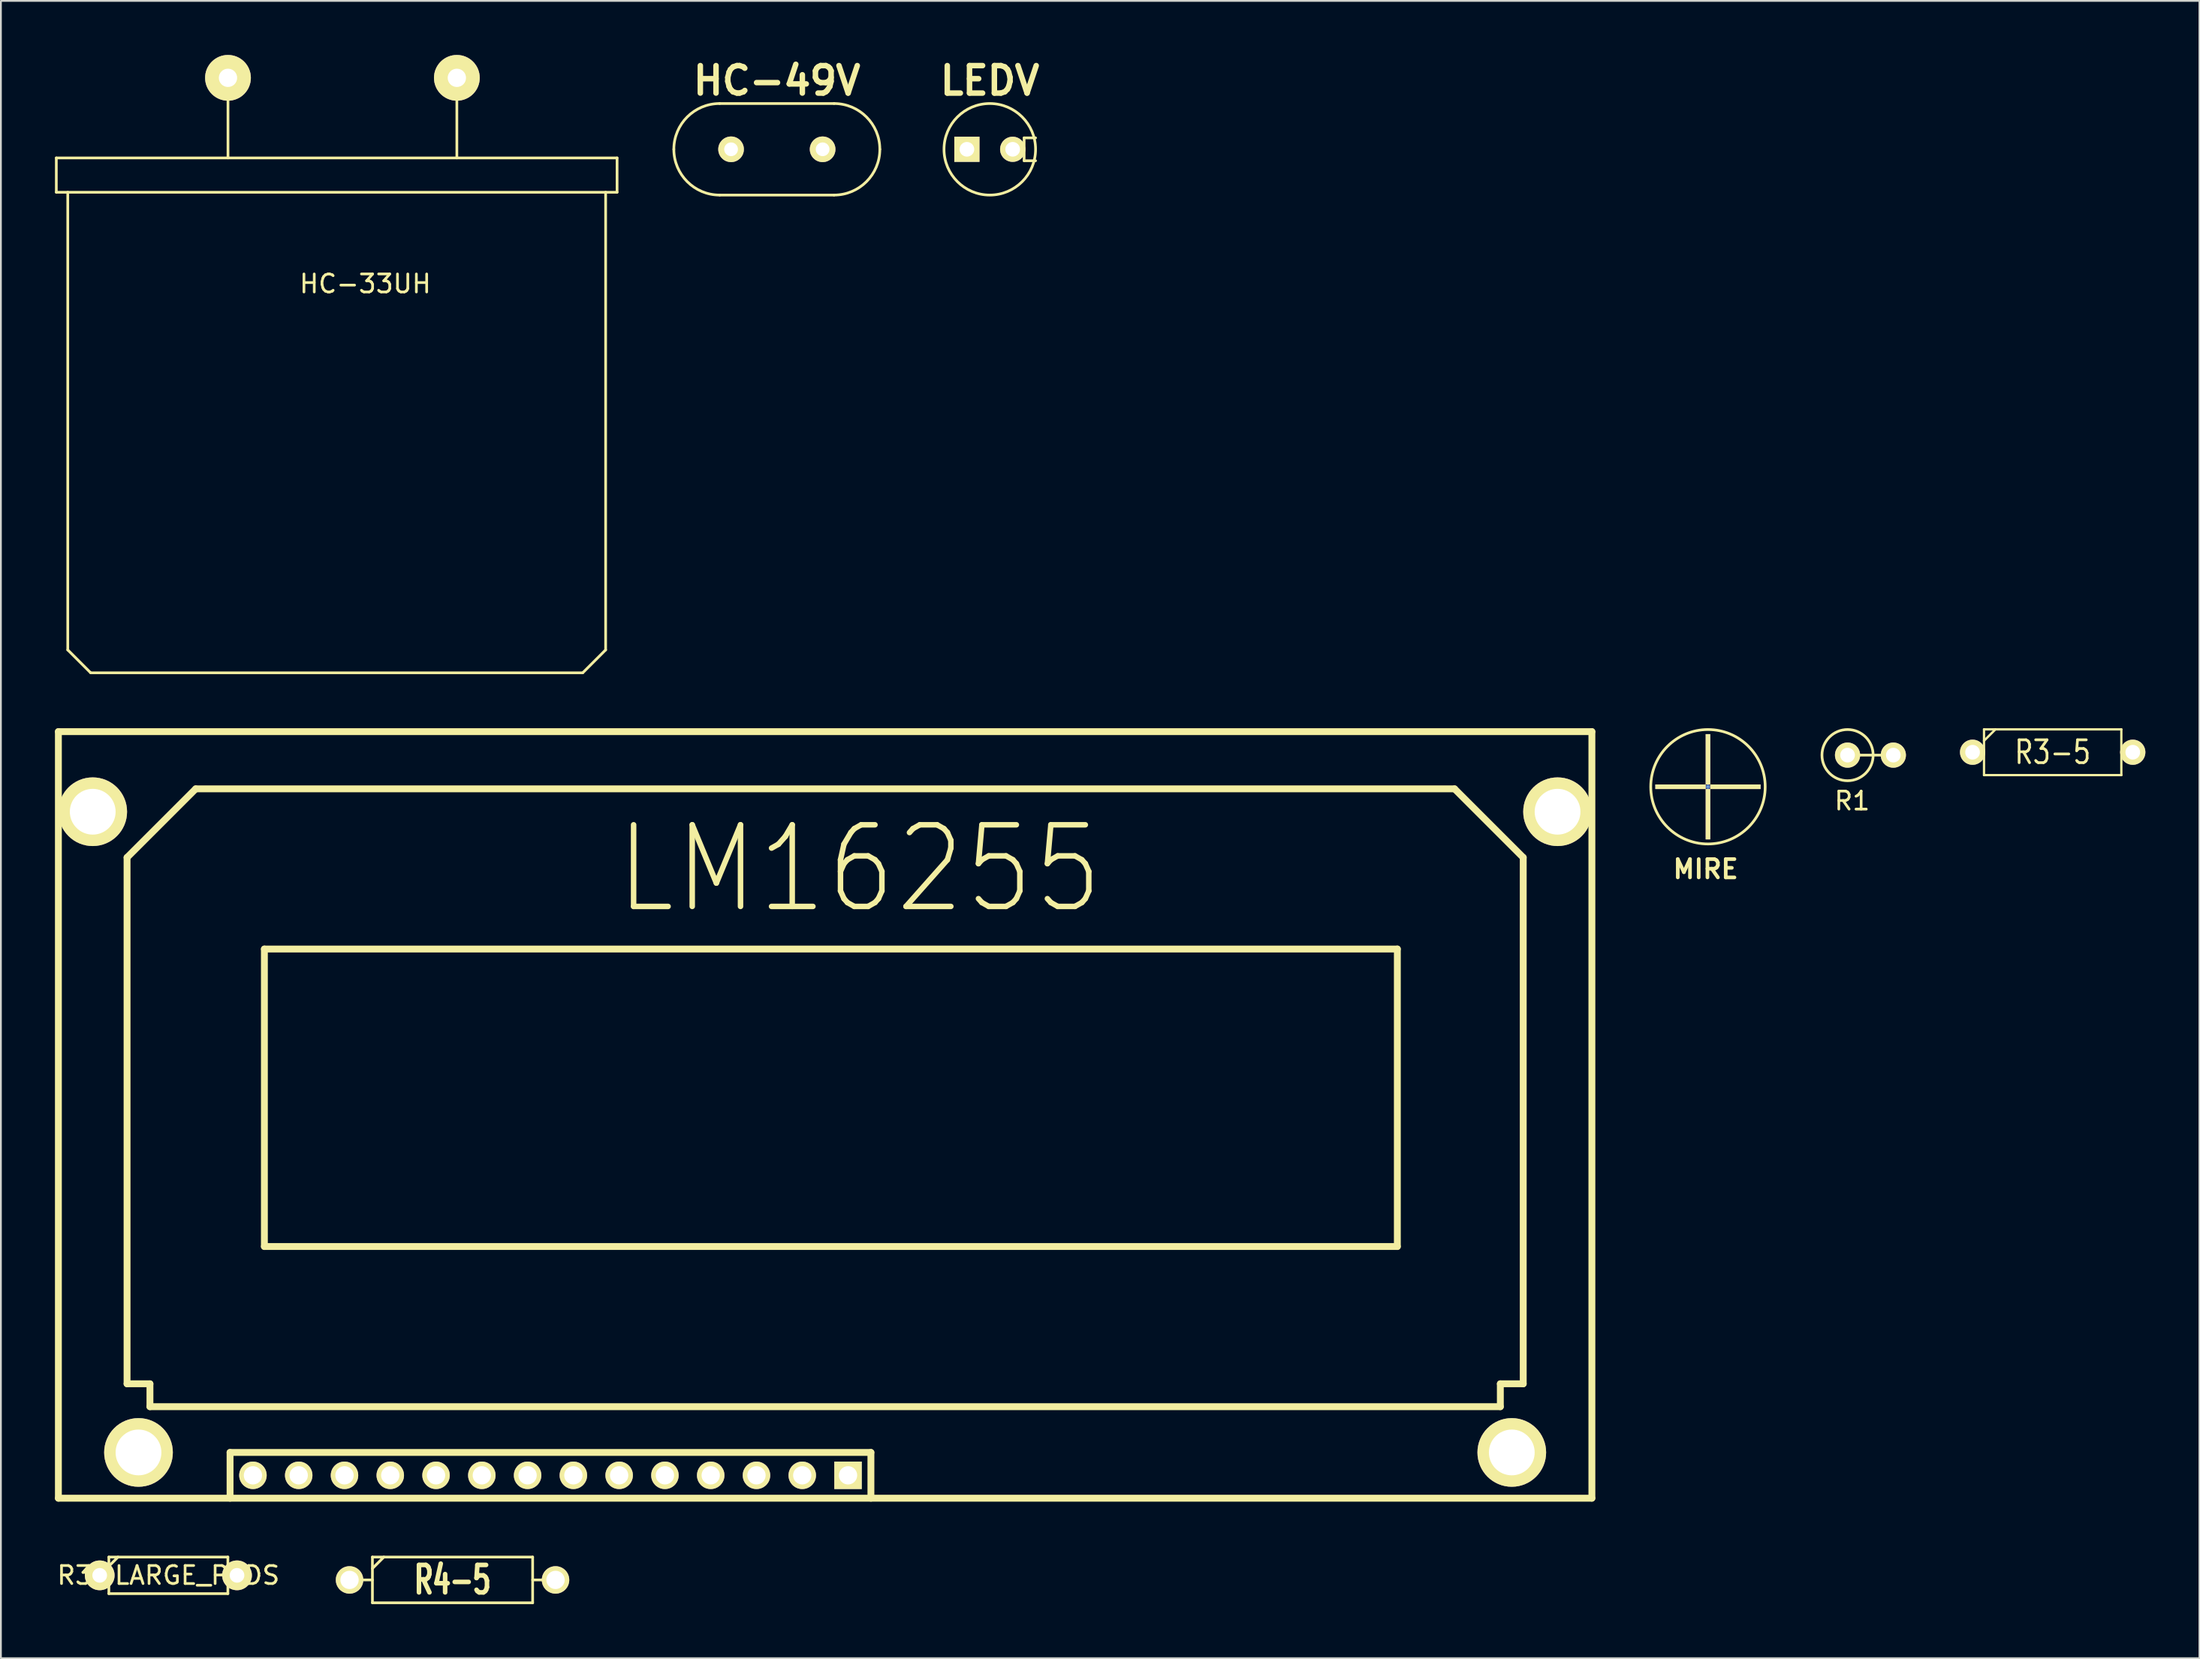
<source format=kicad_pcb>
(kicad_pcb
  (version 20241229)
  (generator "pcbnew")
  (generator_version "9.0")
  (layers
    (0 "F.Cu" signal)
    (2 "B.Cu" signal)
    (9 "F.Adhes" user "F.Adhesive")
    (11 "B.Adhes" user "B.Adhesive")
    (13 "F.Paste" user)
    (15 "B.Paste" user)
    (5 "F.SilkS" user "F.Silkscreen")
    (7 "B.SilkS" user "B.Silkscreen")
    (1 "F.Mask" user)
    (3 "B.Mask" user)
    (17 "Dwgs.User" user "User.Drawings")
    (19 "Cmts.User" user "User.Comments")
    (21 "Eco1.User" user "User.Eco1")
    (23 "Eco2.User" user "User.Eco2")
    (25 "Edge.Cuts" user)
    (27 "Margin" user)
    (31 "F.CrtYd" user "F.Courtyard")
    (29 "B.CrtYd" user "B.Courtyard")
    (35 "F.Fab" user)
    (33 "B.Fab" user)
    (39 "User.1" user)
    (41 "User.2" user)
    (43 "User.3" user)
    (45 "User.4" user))
  (footprint "R4-5"
    (layer "F.Cu")
    (at 22.06 84.636)
    (property "Reference" "R4-5" (at 0 0 0) (layer "F.SilkS") (effects (font (size 1.524 1.016) (thickness 0.305))))
    (attr through_hole)
    (fp_line (start -4.445 -1.27) (end -4.445 1.27) (stroke (width 0.15) (type solid)) (layer "F.SilkS"))
    (fp_line (start -4.445 -0.635) (end -3.81 -1.27) (stroke (width 0.15) (type solid)) (layer "F.SilkS"))
    (fp_line (start -4.445 0) (end -5.715 0) (stroke (width 0.15) (type solid)) (layer "F.SilkS"))
    (fp_line (start -4.445 1.27) (end 4.445 1.27) (stroke (width 0.15) (type solid)) (layer "F.SilkS"))
    (fp_line (start 4.445 -1.27) (end -4.445 -1.27) (stroke (width 0.15) (type solid)) (layer "F.SilkS"))
    (fp_line (start 4.445 0) (end 5.715 0) (stroke (width 0.15) (type solid)) (layer "F.SilkS"))
    (fp_line (start 4.445 1.27) (end 4.445 -1.27) (stroke (width 0.15) (type solid)) (layer "F.SilkS"))
    (pad "1" thru_hole circle (at -5.715 0) (size 1.524 1.524) (drill 1.016) (layers "*.Cu" "*.Mask" "F.SilkS"))
    (pad "2" thru_hole circle (at 5.715 0) (size 1.524 1.524) (drill 1.016) (layers "*.Cu" "*.Mask" "F.SilkS")))
  (footprint "R1"
    (layer "F.Cu")
    (at 100.736 38.86)
    (property "Reference" "R1" (at -1.016 2.54 0) (layer "F.SilkS") (effects (font (size 1 1) (thickness 0.15))))
    (attr through_hole)
    (fp_line (start -1.27 0) (end 1.27 0) (stroke (width 0.15) (type solid)) (layer "F.SilkS"))
    (fp_circle (center -1.27 0) (end -0.635 1.27) (stroke (width 0.15) (type solid)) (fill no) (layer "F.SilkS"))
    (pad "1" thru_hole circle (at -1.27 0) (size 1.397 1.397) (drill 0.813) (layers "*.Cu" "*.Mask" "F.SilkS"))
    (pad "2" thru_hole circle (at 1.27 0) (size 1.397 1.397) (drill 0.813) (layers "*.Cu" "*.Mask" "F.SilkS")))
  (footprint "HC-49V"
    (layer "F.Cu")
    (at 40.055 5.236)
    (property "Reference" "HC-49V" (at 0 -3.81 0) (layer "F.SilkS") (effects (font (size 1.524 1.524) (thickness 0.305))))
    (attr through_hole)
    (fp_line (start -3.175 -2.54) (end 3.175 -2.54) (stroke (width 0.15) (type solid)) (layer "F.SilkS"))
    (fp_line (start -3.175 2.54) (end 3.175 2.54) (stroke (width 0.15) (type solid)) (layer "F.SilkS"))
    (fp_arc (start -5.715 0) (mid -4.971051 -1.796051) (end -3.175 -2.54) (stroke (width 0.15) (type solid)) (layer "F.SilkS"))
    (fp_arc (start -3.175 2.54) (mid -4.971051 1.796051) (end -5.715 0) (stroke (width 0.15) (type solid)) (layer "F.SilkS"))
    (fp_arc (start 3.175 -2.54) (mid 4.971051 -1.796051) (end 5.715 0) (stroke (width 0.15) (type solid)) (layer "F.SilkS"))
    (fp_arc (start 5.715 0) (mid 4.971051 1.796051) (end 3.175 2.54) (stroke (width 0.15) (type solid)) (layer "F.SilkS"))
    (pad "1" thru_hole circle (at -2.54 0) (size 1.422 1.422) (drill 0.762) (layers "*.Cu" "*.Mask" "F.SilkS"))
    (pad "2" thru_hole circle (at 2.54 0) (size 1.422 1.422) (drill 0.762) (layers "*.Cu" "*.Mask" "F.SilkS")))
  (footprint "R3-5"
    (layer "F.Cu")
    (at 110.848 38.699)
    (property "Reference" "R3-5" (at 0 0 0) (layer "F.SilkS") (effects (font (size 1.27 1.016) (thickness 0.152))))
    (attr through_hole)
    (fp_line (start -4.445 0) (end -3.81 0) (stroke (width 0.127) (type solid)) (layer "F.SilkS"))
    (fp_line (start -3.81 -1.27) (end -3.81 -0.635) (stroke (width 0.127) (type solid)) (layer "F.SilkS"))
    (fp_line (start -3.81 -0.635) (end -3.81 1.27) (stroke (width 0.127) (type solid)) (layer "F.SilkS"))
    (fp_line (start -3.81 -0.635) (end -3.175 -1.27) (stroke (width 0.127) (type solid)) (layer "F.SilkS"))
    (fp_line (start -3.81 1.27) (end 3.81 1.27) (stroke (width 0.127) (type solid)) (layer "F.SilkS"))
    (fp_line (start 3.81 -1.27) (end -3.81 -1.27) (stroke (width 0.127) (type solid)) (layer "F.SilkS"))
    (fp_line (start 3.81 0) (end 4.445 0) (stroke (width 0.127) (type solid)) (layer "F.SilkS"))
    (fp_line (start 3.81 1.27) (end 3.81 -1.27) (stroke (width 0.127) (type solid)) (layer "F.SilkS"))
    (pad "1" thru_hole circle (at -4.445 0) (size 1.397 1.397) (drill 0.813) (layers "*.Cu" "*.Mask" "F.SilkS"))
    (pad "2" thru_hole circle (at 4.445 0) (size 1.397 1.397) (drill 0.813) (layers "*.Cu" "*.Mask" "F.SilkS")))
  (footprint "R3-LARGE_PADS"
    (layer "F.Cu")
    (at 6.292 84.382)
    (property "Reference" "R3-LARGE_PADS" (at 0 0 0) (layer "F.SilkS") (effects (font (size 1 1) (thickness 0.15))))
    (attr through_hole)
    (fp_line (start -3.81 0) (end -3.302 0) (stroke (width 0.15) (type solid)) (layer "F.SilkS"))
    (fp_line (start -3.302 -1.016) (end -3.302 1.016) (stroke (width 0.15) (type solid)) (layer "F.SilkS"))
    (fp_line (start -3.302 -0.508) (end -2.794 -1.016) (stroke (width 0.15) (type solid)) (layer "F.SilkS"))
    (fp_line (start -3.302 1.016) (end 3.302 1.016) (stroke (width 0.15) (type solid)) (layer "F.SilkS"))
    (fp_line (start 3.302 -1.016) (end -3.302 -1.016) (stroke (width 0.15) (type solid)) (layer "F.SilkS"))
    (fp_line (start 3.302 0) (end 3.302 -1.016) (stroke (width 0.15) (type solid)) (layer "F.SilkS"))
    (fp_line (start 3.302 1.016) (end 3.302 0) (stroke (width 0.15) (type solid)) (layer "F.SilkS"))
    (fp_line (start 3.81 0) (end 3.302 0) (stroke (width 0.15) (type solid)) (layer "F.SilkS"))
    (pad "1" thru_hole circle (at -3.81 0) (size 1.651 1.651) (drill 0.813) (layers "*.Cu" "*.Mask" "F.SilkS"))
    (pad "2" thru_hole circle (at 3.81 0) (size 1.651 1.651) (drill 0.813) (layers "*.Cu" "*.Mask" "F.SilkS")))
  (footprint "HC-33UH"
    (layer "F.Cu")
    (at 15.95 1.27)
    (property "Reference" "HC-33UH" (at 1.27 11.43 0) (layer "F.SilkS") (effects (font (size 1 1) (thickness 0.15))))
    (attr through_hole)
    (fp_line (start -15.875 6.35) (end -15.875 4.445) (stroke (width 0.15) (type solid)) (layer "F.SilkS"))
    (fp_line (start -15.24 31.75) (end -15.24 6.35) (stroke (width 0.15) (type solid)) (layer "F.SilkS"))
    (fp_line (start -13.97 33.02) (end -15.24 31.75) (stroke (width 0.15) (type solid)) (layer "F.SilkS"))
    (fp_line (start -6.35 0) (end -6.35 4.445) (stroke (width 0.15) (type solid)) (layer "F.SilkS"))
    (fp_line (start 6.35 0) (end 6.35 4.445) (stroke (width 0.15) (type solid)) (layer "F.SilkS"))
    (fp_line (start 13.335 33.02) (end -13.97 33.02) (stroke (width 0.15) (type solid)) (layer "F.SilkS"))
    (fp_line (start 14.605 6.35) (end 14.605 31.75) (stroke (width 0.15) (type solid)) (layer "F.SilkS"))
    (fp_line (start 14.605 31.75) (end 13.335 33.02) (stroke (width 0.15) (type solid)) (layer "F.SilkS"))
    (fp_line (start 15.24 4.445) (end -15.875 4.445) (stroke (width 0.15) (type solid)) (layer "F.SilkS"))
    (fp_line (start 15.24 4.445) (end 15.24 6.35) (stroke (width 0.15) (type solid)) (layer "F.SilkS"))
    (fp_line (start 15.24 6.35) (end -15.875 6.35) (stroke (width 0.15) (type solid)) (layer "F.SilkS"))
    (pad "1" thru_hole circle (at -6.35 0) (size 2.54 2.54) (drill 1.016) (layers "*.Cu" "*.Mask" "F.SilkS"))
    (pad "2" thru_hole circle (at 6.35 0) (size 2.54 2.54) (drill 1.016) (layers "*.Cu" "*.Mask" "F.SilkS")))
  (footprint "MIRE"
    (layer "F.Cu")
    (at 91.721 40.615)
    (property "Reference" "MIRE" (at -0.127 4.572 0) (layer "F.SilkS") (effects (font (size 1.016 1.016) (thickness 0.203))))
    (attr through_hole)
    (fp_circle (center 0 0) (end 2.54 1.905) (stroke (width 0.15) (type solid)) (fill no) (layer "F.SilkS"))
    (pad "" thru_hole rect (at -1.524 0) (size 2.794 0.254) (drill 0.000001) (layers "*.Cu" "*.Mask" "F.SilkS"))
    (pad "" thru_hole rect (at 0 -1.524) (size 0.254 2.794) (drill 0.000001) (layers "*.Cu" "*.Mask" "F.SilkS"))
    (pad "" thru_hole circle (at 0 0) (size 0.254 0.254) (drill 0.051) (layers "*.Cu" "*.Mask"))
    (pad "" thru_hole rect (at 0 1.524) (size 0.254 2.794) (drill 0.000001) (layers "*.Cu" "*.Mask" "F.SilkS"))
    (pad "" thru_hole rect (at 1.524 0) (size 2.794 0.254) (drill 0.000001) (layers "*.Cu" "*.Mask" "F.SilkS")))
  (footprint "LM16255"
    (layer "F.Cu")
    (at 27.495 78.831)
    (property "Reference" "LM16255" (at 17.145 -33.655 0) (layer "F.SilkS") (effects (font (size 4.531 4.018) (thickness 0.305))))
    (attr through_hole)
    (fp_line (start -27.305 -41.275) (end 57.785 -41.275) (stroke (width 0.381) (type solid)) (layer "F.SilkS"))
    (fp_line (start -27.305 1.27) (end -27.305 -41.275) (stroke (width 0.381) (type solid)) (layer "F.SilkS"))
    (fp_line (start -23.495 -34.29) (end -19.685 -38.1) (stroke (width 0.381) (type solid)) (layer "F.SilkS"))
    (fp_line (start -23.495 -5.08) (end -23.495 -34.29) (stroke (width 0.381) (type solid)) (layer "F.SilkS"))
    (fp_line (start -22.225 -5.08) (end -23.495 -5.08) (stroke (width 0.381) (type solid)) (layer "F.SilkS"))
    (fp_line (start -22.225 -3.81) (end -22.225 -5.08) (stroke (width 0.381) (type solid)) (layer "F.SilkS"))
    (fp_line (start -19.685 -38.1) (end 50.165 -38.1) (stroke (width 0.381) (type solid)) (layer "F.SilkS"))
    (fp_line (start -17.78 -1.27) (end 17.78 -1.27) (stroke (width 0.381) (type solid)) (layer "F.SilkS"))
    (fp_line (start -17.78 1.27) (end -17.78 -1.27) (stroke (width 0.381) (type solid)) (layer "F.SilkS"))
    (fp_line (start -15.875 -29.21) (end 46.99 -29.21) (stroke (width 0.381) (type solid)) (layer "F.SilkS"))
    (fp_line (start -15.875 -12.7) (end -15.875 -29.21) (stroke (width 0.381) (type solid)) (layer "F.SilkS"))
    (fp_line (start 17.78 -1.27) (end 17.78 1.27) (stroke (width 0.381) (type solid)) (layer "F.SilkS"))
    (fp_line (start 46.99 -29.21) (end 46.99 -12.7) (stroke (width 0.381) (type solid)) (layer "F.SilkS"))
    (fp_line (start 46.99 -12.7) (end -15.875 -12.7) (stroke (width 0.381) (type solid)) (layer "F.SilkS"))
    (fp_line (start 50.165 -38.1) (end 53.975 -34.29) (stroke (width 0.381) (type solid)) (layer "F.SilkS"))
    (fp_line (start 52.705 -5.08) (end 52.705 -3.81) (stroke (width 0.381) (type solid)) (layer "F.SilkS"))
    (fp_line (start 52.705 -3.81) (end -22.225 -3.81) (stroke (width 0.381) (type solid)) (layer "F.SilkS"))
    (fp_line (start 53.975 -34.29) (end 53.975 -5.08) (stroke (width 0.381) (type solid)) (layer "F.SilkS"))
    (fp_line (start 53.975 -5.08) (end 52.705 -5.08) (stroke (width 0.381) (type solid)) (layer "F.SilkS"))
    (fp_line (start 57.785 -41.275) (end 57.785 1.27) (stroke (width 0.381) (type solid)) (layer "F.SilkS"))
    (fp_line (start 57.785 1.27) (end -27.305 1.27) (stroke (width 0.381) (type solid)) (layer "F.SilkS"))
    (pad "1" thru_hole rect (at 16.51 0) (size 1.524 1.524) (drill 1.016) (layers "*.Cu" "*.Mask" "F.SilkS"))
    (pad "2" thru_hole circle (at 13.97 0) (size 1.524 1.524) (drill 1.016) (layers "*.Cu" "*.Mask" "F.SilkS"))
    (pad "3" thru_hole circle (at 11.43 0) (size 1.524 1.524) (drill 1.016) (layers "*.Cu" "*.Mask" "F.SilkS"))
    (pad "4" thru_hole circle (at 8.89 0) (size 1.524 1.524) (drill 1.016) (layers "*.Cu" "*.Mask" "F.SilkS"))
    (pad "5" thru_hole circle (at 6.35 0) (size 1.524 1.524) (drill 1.016) (layers "*.Cu" "*.Mask" "F.SilkS"))
    (pad "6" thru_hole circle (at 3.81 0) (size 1.524 1.524) (drill 1.016) (layers "*.Cu" "*.Mask" "F.SilkS"))
    (pad "7" thru_hole circle (at 1.27 0) (size 1.524 1.524) (drill 1.016) (layers "*.Cu" "*.Mask" "F.SilkS"))
    (pad "8" thru_hole circle (at -1.27 0) (size 1.524 1.524) (drill 1.016) (layers "*.Cu" "*.Mask" "F.SilkS"))
    (pad "9" thru_hole circle (at -3.81 0) (size 1.524 1.524) (drill 1.016) (layers "*.Cu" "*.Mask" "F.SilkS"))
    (pad "10" thru_hole circle (at -6.35 0) (size 1.524 1.524) (drill 1.016) (layers "*.Cu" "*.Mask" "F.SilkS"))
    (pad "11" thru_hole circle (at -8.89 0) (size 1.524 1.524) (drill 1.016) (layers "*.Cu" "*.Mask" "F.SilkS"))
    (pad "12" thru_hole circle (at -11.43 0) (size 1.524 1.524) (drill 1.016) (layers "*.Cu" "*.Mask" "F.SilkS"))
    (pad "13" thru_hole circle (at -13.97 0) (size 1.524 1.524) (drill 1.016) (layers "*.Cu" "*.Mask" "F.SilkS"))
    (pad "14" thru_hole circle (at -16.51 0) (size 1.524 1.524) (drill 1.016) (layers "*.Cu" "*.Mask" "F.SilkS"))
    (pad "HOLE" thru_hole circle (at -25.4 -36.83) (size 3.81 3.81) (drill 2.54) (layers "*.Cu" "*.Mask" "F.SilkS"))
    (pad "HOLE" thru_hole circle (at -22.86 -1.27) (size 3.81 3.81) (drill 2.54) (layers "*.Cu" "*.Mask" "F.SilkS"))
    (pad "HOLE" thru_hole circle (at 53.34 -1.27) (size 3.81 3.81) (drill 2.54) (layers "*.Cu" "*.Mask" "F.SilkS"))
    (pad "HOLE" thru_hole circle (at 55.88 -36.83) (size 3.81 3.81) (drill 2.54) (layers "*.Cu" "*.Mask" "F.SilkS")))
  (footprint "LEDV"
    (layer "F.Cu")
    (at 51.871 5.236)
    (property "Reference" "LEDV" (at 0 -3.81 0) (layer "F.SilkS") (effects (font (size 1.524 1.524) (thickness 0.305))))
    (attr through_hole)
    (fp_line (start 1.905 -0.635) (end 1.905 0.635) (stroke (width 0.15) (type solid)) (layer "F.SilkS"))
    (fp_line (start 1.905 0.635) (end 2.54 0.635) (stroke (width 0.15) (type solid)) (layer "F.SilkS"))
    (fp_line (start 2.54 -0.635) (end 1.905 -0.635) (stroke (width 0.15) (type solid)) (layer "F.SilkS"))
    (fp_circle (center 0 0) (end -2.54 0) (stroke (width 0.15) (type solid)) (fill no) (layer "F.SilkS"))
    (pad "1" thru_hole rect (at -1.27 0) (size 1.397 1.397) (drill 0.813) (layers "*.Cu" "*.Mask" "F.SilkS"))
    (pad "2" thru_hole circle (at 1.27 0) (size 1.397 1.397) (drill 0.813) (layers "*.Cu" "*.Mask" "F.SilkS")))
  (gr_rect
    (start -3 -3)
    (end 118.991 88.981)
    (stroke (width 0.1) (type default))
    (fill no)
    (layer "Edge.Cuts")))
</source>
